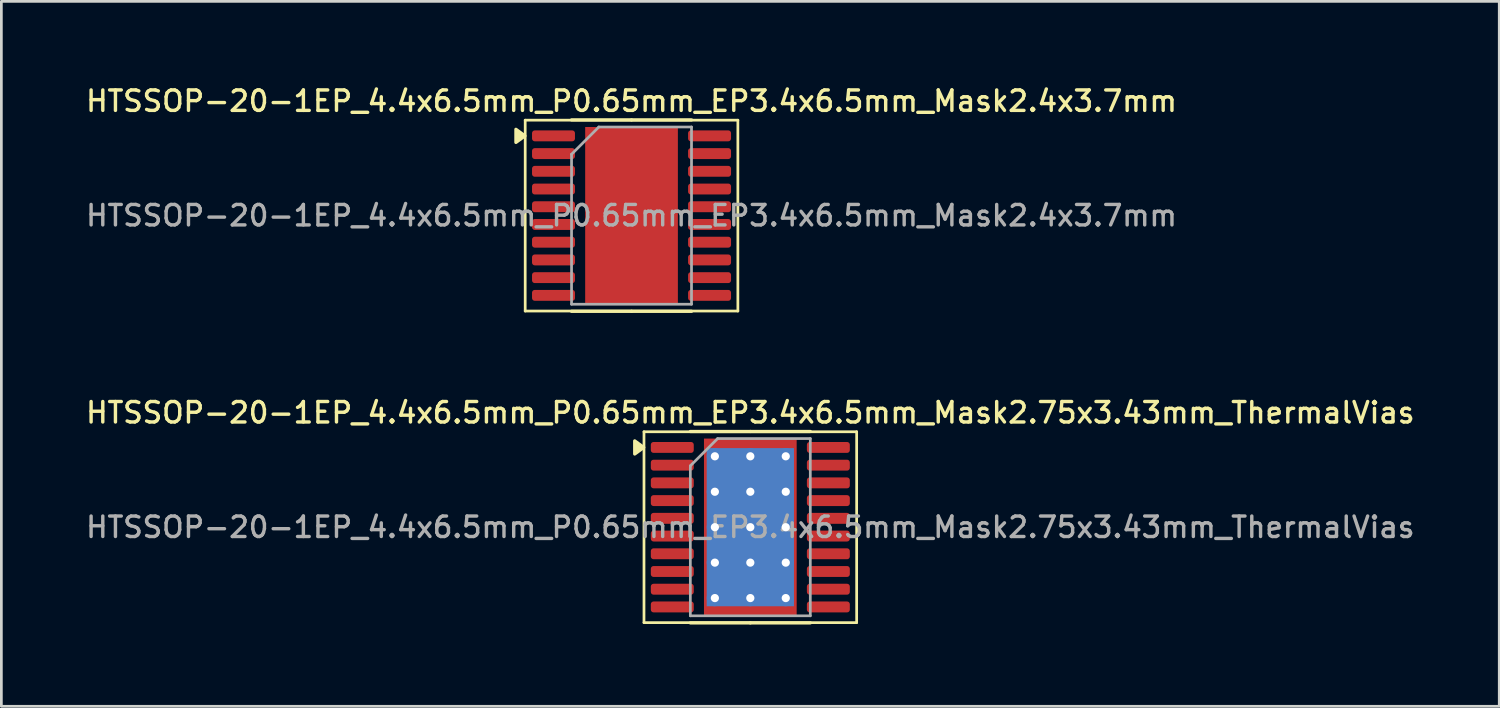
<source format=kicad_pcb>
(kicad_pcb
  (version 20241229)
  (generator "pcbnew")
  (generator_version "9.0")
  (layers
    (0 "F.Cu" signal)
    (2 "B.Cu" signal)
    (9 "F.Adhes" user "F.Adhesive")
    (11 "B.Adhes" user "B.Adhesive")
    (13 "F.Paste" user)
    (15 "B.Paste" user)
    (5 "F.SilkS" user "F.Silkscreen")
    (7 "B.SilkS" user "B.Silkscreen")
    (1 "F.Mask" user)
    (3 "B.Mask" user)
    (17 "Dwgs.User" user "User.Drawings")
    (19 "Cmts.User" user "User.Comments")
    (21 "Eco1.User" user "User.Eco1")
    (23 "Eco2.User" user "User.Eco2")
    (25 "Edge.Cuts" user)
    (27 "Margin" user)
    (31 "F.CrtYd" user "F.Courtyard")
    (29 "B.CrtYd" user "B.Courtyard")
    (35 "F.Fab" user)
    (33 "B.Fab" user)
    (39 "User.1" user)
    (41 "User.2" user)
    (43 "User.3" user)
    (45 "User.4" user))
  (footprint "HTSSOP-20-1EP_4.4x6.5mm_P0.65mm_EP3.4x6.5mm_Mask2.75x3.43mm_ThermalVias"
    (layer "F.Cu")
    (at 24.47 16.286)
    (property "Reference" "HTSSOP-20-1EP_4.4x6.5mm_P0.65mm_EP3.4x6.5mm_Mask2.75x3.43mm_ThermalVias" (at 0 -4.2 0) (layer "F.SilkS") (effects (font (size 0.75 0.75) (thickness 0.125))))
    (attr smd)
    (fp_line (start -3.9 -3.5) (end -3.9 3.5) (stroke (width 0.1) (type solid)) (layer "F.SilkS"))
    (fp_line (start -3.9 3.5) (end 3.9 3.5) (stroke (width 0.1) (type solid)) (layer "F.SilkS"))
    (fp_line (start 0 -3.51) (end -2.2 -3.51) (stroke (width 0.12) (type solid)) (layer "F.SilkS"))
    (fp_line (start 0 -3.51) (end 2.2 -3.51) (stroke (width 0.12) (type solid)) (layer "F.SilkS"))
    (fp_line (start 0 3.51) (end -2.2 3.51) (stroke (width 0.12) (type solid)) (layer "F.SilkS"))
    (fp_line (start 0 3.51) (end 2.2 3.51) (stroke (width 0.12) (type solid)) (layer "F.SilkS"))
    (fp_line (start 3.9 -3.5) (end -3.9 -3.5) (stroke (width 0.1) (type solid)) (layer "F.SilkS"))
    (fp_line (start 3.9 3.5) (end 3.9 -3.5) (stroke (width 0.1) (type solid)) (layer "F.SilkS"))
    (fp_poly (pts (xy -3.91 -2.925) (xy -4.24 -3.165) (xy -4.24 -2.685) (xy -3.91 -2.925)) (stroke (width 0.12) (type solid)) (fill yes) (layer "F.SilkS"))
    (fp_line (start -2.2 -2.25) (end -1.2 -3.25) (stroke (width 0.1) (type solid)) (layer "F.Fab"))
    (fp_line (start -2.2 3.25) (end -2.2 -2.25) (stroke (width 0.1) (type solid)) (layer "F.Fab"))
    (fp_line (start -1.2 -3.25) (end 2.2 -3.25) (stroke (width 0.1) (type solid)) (layer "F.Fab"))
    (fp_line (start 2.2 -3.25) (end 2.2 3.25) (stroke (width 0.1) (type solid)) (layer "F.Fab"))
    (fp_line (start 2.2 3.25) (end -2.2 3.25) (stroke (width 0.1) (type solid)) (layer "F.Fab"))
    (fp_text user "${REFERENCE}" (at 0 0 0) (layer "F.Fab") (effects (font (size 0.75 0.75) (thickness 0.125))))
    (pad "" smd roundrect (at -0.69 -0.86) (size 1.11 1.38) (layers "F.Paste") (roundrect_rratio 0.225))
    (pad "" smd roundrect (at -0.69 0.86) (size 1.11 1.38) (layers "F.Paste") (roundrect_rratio 0.225))
    (pad "" smd rect (at 0 0) (size 2.75 3.43) (layers "F.Mask"))
    (pad "" smd roundrect (at 0.69 -0.86) (size 1.11 1.38) (layers "F.Paste") (roundrect_rratio 0.225))
    (pad "" smd roundrect (at 0.69 0.86) (size 1.11 1.38) (layers "F.Paste") (roundrect_rratio 0.225))
    (pad "1" smd roundrect (at -2.862 -2.925) (size 1.575 0.4) (layers "F.Cu" "F.Mask" "F.Paste") (roundrect_rratio 0.25))
    (pad "2" smd roundrect (at -2.862 -2.275) (size 1.575 0.4) (layers "F.Cu" "F.Mask" "F.Paste") (roundrect_rratio 0.25))
    (pad "3" smd roundrect (at -2.862 -1.625) (size 1.575 0.4) (layers "F.Cu" "F.Mask" "F.Paste") (roundrect_rratio 0.25))
    (pad "4" smd roundrect (at -2.862 -0.975) (size 1.575 0.4) (layers "F.Cu" "F.Mask" "F.Paste") (roundrect_rratio 0.25))
    (pad "5" smd roundrect (at -2.862 -0.325) (size 1.575 0.4) (layers "F.Cu" "F.Mask" "F.Paste") (roundrect_rratio 0.25))
    (pad "6" smd roundrect (at -2.862 0.325) (size 1.575 0.4) (layers "F.Cu" "F.Mask" "F.Paste") (roundrect_rratio 0.25))
    (pad "7" smd roundrect (at -2.862 0.975) (size 1.575 0.4) (layers "F.Cu" "F.Mask" "F.Paste") (roundrect_rratio 0.25))
    (pad "8" smd roundrect (at -2.862 1.625) (size 1.575 0.4) (layers "F.Cu" "F.Mask" "F.Paste") (roundrect_rratio 0.25))
    (pad "9" smd roundrect (at -2.862 2.275) (size 1.575 0.4) (layers "F.Cu" "F.Mask" "F.Paste") (roundrect_rratio 0.25))
    (pad "10" smd roundrect (at -2.862 2.925) (size 1.575 0.4) (layers "F.Cu" "F.Mask" "F.Paste") (roundrect_rratio 0.25))
    (pad "11" smd roundrect (at 2.862 2.925) (size 1.575 0.4) (layers "F.Cu" "F.Mask" "F.Paste") (roundrect_rratio 0.25))
    (pad "12" smd roundrect (at 2.862 2.275) (size 1.575 0.4) (layers "F.Cu" "F.Mask" "F.Paste") (roundrect_rratio 0.25))
    (pad "13" smd roundrect (at 2.862 1.625) (size 1.575 0.4) (layers "F.Cu" "F.Mask" "F.Paste") (roundrect_rratio 0.25))
    (pad "14" smd roundrect (at 2.862 0.975) (size 1.575 0.4) (layers "F.Cu" "F.Mask" "F.Paste") (roundrect_rratio 0.25))
    (pad "15" smd roundrect (at 2.862 0.325) (size 1.575 0.4) (layers "F.Cu" "F.Mask" "F.Paste") (roundrect_rratio 0.25))
    (pad "16" smd roundrect (at 2.862 -0.325) (size 1.575 0.4) (layers "F.Cu" "F.Mask" "F.Paste") (roundrect_rratio 0.25))
    (pad "17" smd roundrect (at 2.862 -0.975) (size 1.575 0.4) (layers "F.Cu" "F.Mask" "F.Paste") (roundrect_rratio 0.25))
    (pad "18" smd roundrect (at 2.862 -1.625) (size 1.575 0.4) (layers "F.Cu" "F.Mask" "F.Paste") (roundrect_rratio 0.25))
    (pad "19" smd roundrect (at 2.862 -2.275) (size 1.575 0.4) (layers "F.Cu" "F.Mask" "F.Paste") (roundrect_rratio 0.25))
    (pad "20" smd roundrect (at 2.862 -2.925) (size 1.575 0.4) (layers "F.Cu" "F.Mask" "F.Paste") (roundrect_rratio 0.25))
    (pad "21" thru_hole circle (at -1.3 -2.6) (size 0.6 0.6) (drill 0.3) (property pad_prop_heatsink) (layers "*.Cu"))
    (pad "21" thru_hole circle (at -1.3 -1.3) (size 0.6 0.6) (drill 0.3) (property pad_prop_heatsink) (layers "*.Cu"))
    (pad "21" thru_hole circle (at -1.3 0) (size 0.6 0.6) (drill 0.3) (property pad_prop_heatsink) (layers "*.Cu"))
    (pad "21" thru_hole circle (at -1.3 1.3) (size 0.6 0.6) (drill 0.3) (property pad_prop_heatsink) (layers "*.Cu"))
    (pad "21" thru_hole circle (at -1.3 2.6) (size 0.6 0.6) (drill 0.3) (property pad_prop_heatsink) (layers "*.Cu"))
    (pad "21" thru_hole circle (at 0 -2.6) (size 0.6 0.6) (drill 0.3) (property pad_prop_heatsink) (layers "*.Cu"))
    (pad "21" thru_hole circle (at 0 -1.3) (size 0.6 0.6) (drill 0.3) (property pad_prop_heatsink) (layers "*.Cu"))
    (pad "21" thru_hole circle (at 0 0) (size 0.6 0.6) (drill 0.3) (property pad_prop_heatsink) (layers "*.Cu"))
    (pad "21" smd rect (at 0 0) (size 3.2 5.8) (property pad_prop_heatsink) (layers "B.Cu"))
    (pad "21" smd rect (at 0 0) (size 3.4 6.5) (property pad_prop_heatsink) (layers "F.Cu"))
    (pad "21" thru_hole circle (at 0 1.3) (size 0.6 0.6) (drill 0.3) (property pad_prop_heatsink) (layers "*.Cu"))
    (pad "21" thru_hole circle (at 0 2.6) (size 0.6 0.6) (drill 0.3) (property pad_prop_heatsink) (layers "*.Cu"))
    (pad "21" thru_hole circle (at 1.3 -2.6) (size 0.6 0.6) (drill 0.3) (property pad_prop_heatsink) (layers "*.Cu"))
    (pad "21" thru_hole circle (at 1.3 -1.3) (size 0.6 0.6) (drill 0.3) (property pad_prop_heatsink) (layers "*.Cu"))
    (pad "21" thru_hole circle (at 1.3 0) (size 0.6 0.6) (drill 0.3) (property pad_prop_heatsink) (layers "*.Cu"))
    (pad "21" thru_hole circle (at 1.3 1.3) (size 0.6 0.6) (drill 0.3) (property pad_prop_heatsink) (layers "*.Cu"))
    (pad "21" thru_hole circle (at 1.3 2.6) (size 0.6 0.6) (drill 0.3) (property pad_prop_heatsink) (layers "*.Cu")))
  (footprint "HTSSOP-20-1EP_4.4x6.5mm_P0.65mm_EP3.4x6.5mm_Mask2.4x3.7mm"
    (layer "F.Cu")
    (at 20.113 4.858)
    (property "Reference" "HTSSOP-20-1EP_4.4x6.5mm_P0.65mm_EP3.4x6.5mm_Mask2.4x3.7mm" (at 0 -4.2 0) (layer "F.SilkS") (effects (font (size 0.75 0.75) (thickness 0.125))))
    (attr smd)
    (fp_line (start -3.9 -3.5) (end -3.9 3.5) (stroke (width 0.1) (type solid)) (layer "F.SilkS"))
    (fp_line (start -3.9 3.5) (end 3.9 3.5) (stroke (width 0.1) (type solid)) (layer "F.SilkS"))
    (fp_line (start 0 -3.51) (end -2.2 -3.51) (stroke (width 0.12) (type solid)) (layer "F.SilkS"))
    (fp_line (start 0 -3.51) (end 2.2 -3.51) (stroke (width 0.12) (type solid)) (layer "F.SilkS"))
    (fp_line (start 0 3.51) (end -2.2 3.51) (stroke (width 0.12) (type solid)) (layer "F.SilkS"))
    (fp_line (start 0 3.51) (end 2.2 3.51) (stroke (width 0.12) (type solid)) (layer "F.SilkS"))
    (fp_line (start 3.9 -3.5) (end -3.9 -3.5) (stroke (width 0.1) (type solid)) (layer "F.SilkS"))
    (fp_line (start 3.9 3.5) (end 3.9 -3.5) (stroke (width 0.1) (type solid)) (layer "F.SilkS"))
    (fp_poly (pts (xy -3.91 -2.925) (xy -4.24 -3.165) (xy -4.24 -2.685) (xy -3.91 -2.925)) (stroke (width 0.12) (type solid)) (fill yes) (layer "F.SilkS"))
    (fp_line (start -2.2 -2.25) (end -1.2 -3.25) (stroke (width 0.1) (type solid)) (layer "F.Fab"))
    (fp_line (start -2.2 3.25) (end -2.2 -2.25) (stroke (width 0.1) (type solid)) (layer "F.Fab"))
    (fp_line (start -1.2 -3.25) (end 2.2 -3.25) (stroke (width 0.1) (type solid)) (layer "F.Fab"))
    (fp_line (start 2.2 -3.25) (end 2.2 3.25) (stroke (width 0.1) (type solid)) (layer "F.Fab"))
    (fp_line (start 2.2 3.25) (end -2.2 3.25) (stroke (width 0.1) (type solid)) (layer "F.Fab"))
    (fp_text user "${REFERENCE}" (at 0 0 0) (layer "F.Fab") (effects (font (size 0.75 0.75) (thickness 0.125))))
    (pad "" smd roundrect (at 0 -0.925) (size 1.93 1.49) (layers "F.Paste") (roundrect_rratio 0.168))
    (pad "" smd rect (at 0 0) (size 2.4 3.7) (layers "F.Mask"))
    (pad "" smd roundrect (at 0 0.925) (size 1.93 1.49) (layers "F.Paste") (roundrect_rratio 0.168))
    (pad "1" smd roundrect (at -2.862 -2.925) (size 1.575 0.4) (layers "F.Cu" "F.Mask" "F.Paste") (roundrect_rratio 0.25))
    (pad "2" smd roundrect (at -2.862 -2.275) (size 1.575 0.4) (layers "F.Cu" "F.Mask" "F.Paste") (roundrect_rratio 0.25))
    (pad "3" smd roundrect (at -2.862 -1.625) (size 1.575 0.4) (layers "F.Cu" "F.Mask" "F.Paste") (roundrect_rratio 0.25))
    (pad "4" smd roundrect (at -2.862 -0.975) (size 1.575 0.4) (layers "F.Cu" "F.Mask" "F.Paste") (roundrect_rratio 0.25))
    (pad "5" smd roundrect (at -2.862 -0.325) (size 1.575 0.4) (layers "F.Cu" "F.Mask" "F.Paste") (roundrect_rratio 0.25))
    (pad "6" smd roundrect (at -2.862 0.325) (size 1.575 0.4) (layers "F.Cu" "F.Mask" "F.Paste") (roundrect_rratio 0.25))
    (pad "7" smd roundrect (at -2.862 0.975) (size 1.575 0.4) (layers "F.Cu" "F.Mask" "F.Paste") (roundrect_rratio 0.25))
    (pad "8" smd roundrect (at -2.862 1.625) (size 1.575 0.4) (layers "F.Cu" "F.Mask" "F.Paste") (roundrect_rratio 0.25))
    (pad "9" smd roundrect (at -2.862 2.275) (size 1.575 0.4) (layers "F.Cu" "F.Mask" "F.Paste") (roundrect_rratio 0.25))
    (pad "10" smd roundrect (at -2.862 2.925) (size 1.575 0.4) (layers "F.Cu" "F.Mask" "F.Paste") (roundrect_rratio 0.25))
    (pad "11" smd roundrect (at 2.862 2.925) (size 1.575 0.4) (layers "F.Cu" "F.Mask" "F.Paste") (roundrect_rratio 0.25))
    (pad "12" smd roundrect (at 2.862 2.275) (size 1.575 0.4) (layers "F.Cu" "F.Mask" "F.Paste") (roundrect_rratio 0.25))
    (pad "13" smd roundrect (at 2.862 1.625) (size 1.575 0.4) (layers "F.Cu" "F.Mask" "F.Paste") (roundrect_rratio 0.25))
    (pad "14" smd roundrect (at 2.862 0.975) (size 1.575 0.4) (layers "F.Cu" "F.Mask" "F.Paste") (roundrect_rratio 0.25))
    (pad "15" smd roundrect (at 2.862 0.325) (size 1.575 0.4) (layers "F.Cu" "F.Mask" "F.Paste") (roundrect_rratio 0.25))
    (pad "16" smd roundrect (at 2.862 -0.325) (size 1.575 0.4) (layers "F.Cu" "F.Mask" "F.Paste") (roundrect_rratio 0.25))
    (pad "17" smd roundrect (at 2.862 -0.975) (size 1.575 0.4) (layers "F.Cu" "F.Mask" "F.Paste") (roundrect_rratio 0.25))
    (pad "18" smd roundrect (at 2.862 -1.625) (size 1.575 0.4) (layers "F.Cu" "F.Mask" "F.Paste") (roundrect_rratio 0.25))
    (pad "19" smd roundrect (at 2.862 -2.275) (size 1.575 0.4) (layers "F.Cu" "F.Mask" "F.Paste") (roundrect_rratio 0.25))
    (pad "20" smd roundrect (at 2.862 -2.925) (size 1.575 0.4) (layers "F.Cu" "F.Mask" "F.Paste") (roundrect_rratio 0.25))
    (pad "21" smd rect (at 0 0) (size 3.4 6.5) (property pad_prop_heatsink) (layers "F.Cu")))
  (gr_rect
    (start -3 -3)
    (end 51.939 22.856)
    (stroke (width 0.1) (type default))
    (fill no)
    (layer "Edge.Cuts")))
</source>
